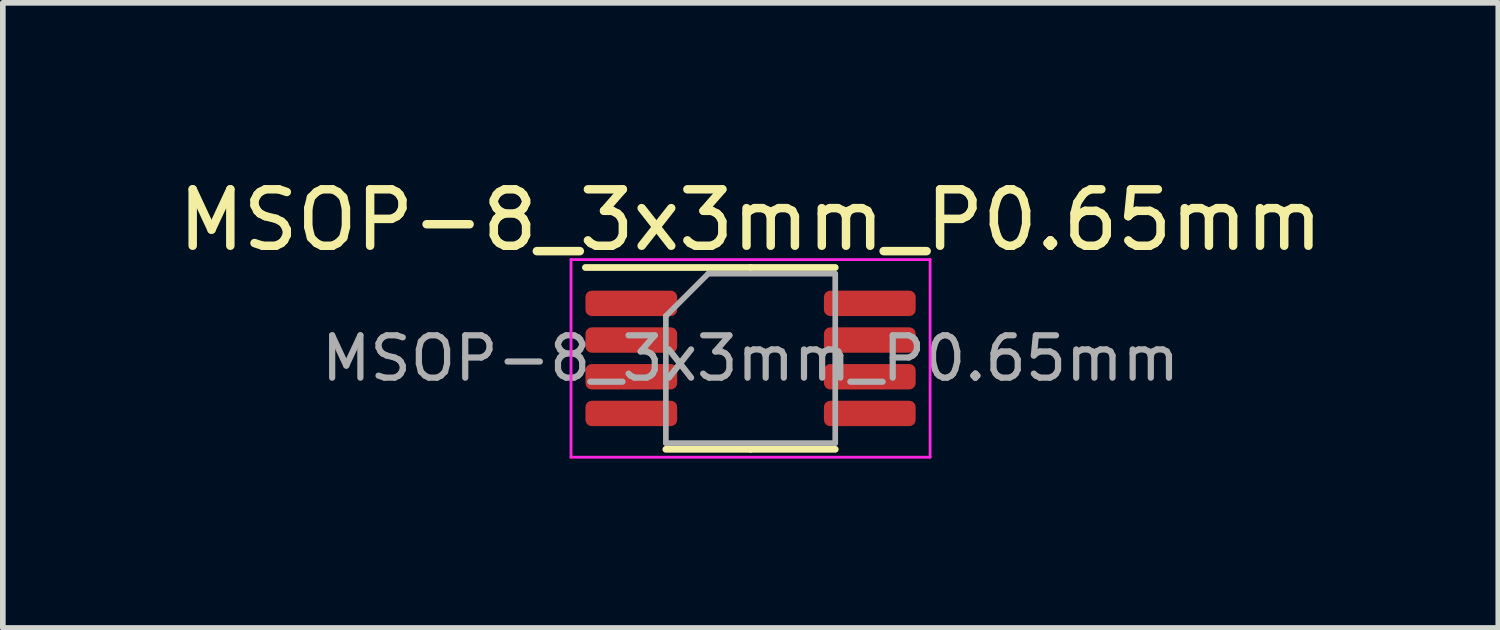
<source format=kicad_pcb>
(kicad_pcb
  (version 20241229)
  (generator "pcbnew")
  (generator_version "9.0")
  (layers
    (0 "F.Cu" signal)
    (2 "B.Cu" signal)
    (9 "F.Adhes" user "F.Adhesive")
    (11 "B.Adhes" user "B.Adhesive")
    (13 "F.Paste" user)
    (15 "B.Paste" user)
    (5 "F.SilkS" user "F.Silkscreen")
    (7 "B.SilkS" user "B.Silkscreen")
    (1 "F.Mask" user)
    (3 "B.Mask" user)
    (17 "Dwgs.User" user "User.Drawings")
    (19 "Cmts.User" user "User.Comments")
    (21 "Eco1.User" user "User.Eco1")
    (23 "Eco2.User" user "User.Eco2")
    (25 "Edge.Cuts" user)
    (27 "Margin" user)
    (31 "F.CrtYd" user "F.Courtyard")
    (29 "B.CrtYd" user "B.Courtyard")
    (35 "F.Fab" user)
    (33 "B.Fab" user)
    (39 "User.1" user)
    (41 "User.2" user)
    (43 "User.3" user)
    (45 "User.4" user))
  (footprint "MSOP-8_3x3mm_P0.65mm"
    (layer "F.Cu")
    (at 10.244 3.298)
    (property "Reference" "MSOP-8_3x3mm_P0.65mm" (at 0 -2.45 180) (layer "F.SilkS") (effects (font (size 1 1) (thickness 0.15))))
    (attr smd)
    (fp_line (start 0 -1.61) (end -2.925 -1.61) (stroke (width 0.12) (type solid)) (layer "F.SilkS"))
    (fp_line (start 0 -1.61) (end 1.5 -1.61) (stroke (width 0.12) (type solid)) (layer "F.SilkS"))
    (fp_line (start 0 1.61) (end -1.5 1.61) (stroke (width 0.12) (type solid)) (layer "F.SilkS"))
    (fp_line (start 0 1.61) (end 1.5 1.61) (stroke (width 0.12) (type solid)) (layer "F.SilkS"))
    (fp_line (start -3.18 -1.75) (end -3.18 1.75) (stroke (width 0.05) (type solid)) (layer "F.CrtYd"))
    (fp_line (start -3.18 1.75) (end 3.18 1.75) (stroke (width 0.05) (type solid)) (layer "F.CrtYd"))
    (fp_line (start 3.18 -1.75) (end -3.18 -1.75) (stroke (width 0.05) (type solid)) (layer "F.CrtYd"))
    (fp_line (start 3.18 1.75) (end 3.18 -1.75) (stroke (width 0.05) (type solid)) (layer "F.CrtYd"))
    (fp_line (start -1.5 -0.75) (end -0.75 -1.5) (stroke (width 0.1) (type solid)) (layer "F.Fab"))
    (fp_line (start -1.5 1.5) (end -1.5 -0.75) (stroke (width 0.1) (type solid)) (layer "F.Fab"))
    (fp_line (start -0.75 -1.5) (end 1.5 -1.5) (stroke (width 0.1) (type solid)) (layer "F.Fab"))
    (fp_line (start 1.5 -1.5) (end 1.5 1.5) (stroke (width 0.1) (type solid)) (layer "F.Fab"))
    (fp_line (start 1.5 1.5) (end -1.5 1.5) (stroke (width 0.1) (type solid)) (layer "F.Fab"))
    (fp_text user "${REFERENCE}" (at 0 0 180) (layer "F.Fab") (effects (font (size 0.75 0.75) (thickness 0.11))))
    (pad "1" smd roundrect (at -2.112 -0.975) (size 1.625 0.45) (layers "F.Cu" "F.Mask" "F.Paste") (roundrect_rratio 0.25))
    (pad "2" smd roundrect (at -2.112 -0.325) (size 1.625 0.45) (layers "F.Cu" "F.Mask" "F.Paste") (roundrect_rratio 0.25))
    (pad "3" smd roundrect (at -2.112 0.325) (size 1.625 0.45) (layers "F.Cu" "F.Mask" "F.Paste") (roundrect_rratio 0.25))
    (pad "4" smd roundrect (at -2.112 0.975) (size 1.625 0.45) (layers "F.Cu" "F.Mask" "F.Paste") (roundrect_rratio 0.25))
    (pad "5" smd roundrect (at 2.112 0.975) (size 1.625 0.45) (layers "F.Cu" "F.Mask" "F.Paste") (roundrect_rratio 0.25))
    (pad "6" smd roundrect (at 2.112 0.325) (size 1.625 0.45) (layers "F.Cu" "F.Mask" "F.Paste") (roundrect_rratio 0.25))
    (pad "7" smd roundrect (at 2.112 -0.325) (size 1.625 0.45) (layers "F.Cu" "F.Mask" "F.Paste") (roundrect_rratio 0.25))
    (pad "8" smd roundrect (at 2.112 -0.975) (size 1.625 0.45) (layers "F.Cu" "F.Mask" "F.Paste") (roundrect_rratio 0.25)))
  (gr_rect
    (start -3 -3)
    (end 23.488 8.073)
    (stroke (width 0.1) (type default))
    (fill no)
    (layer "Edge.Cuts")))
</source>
